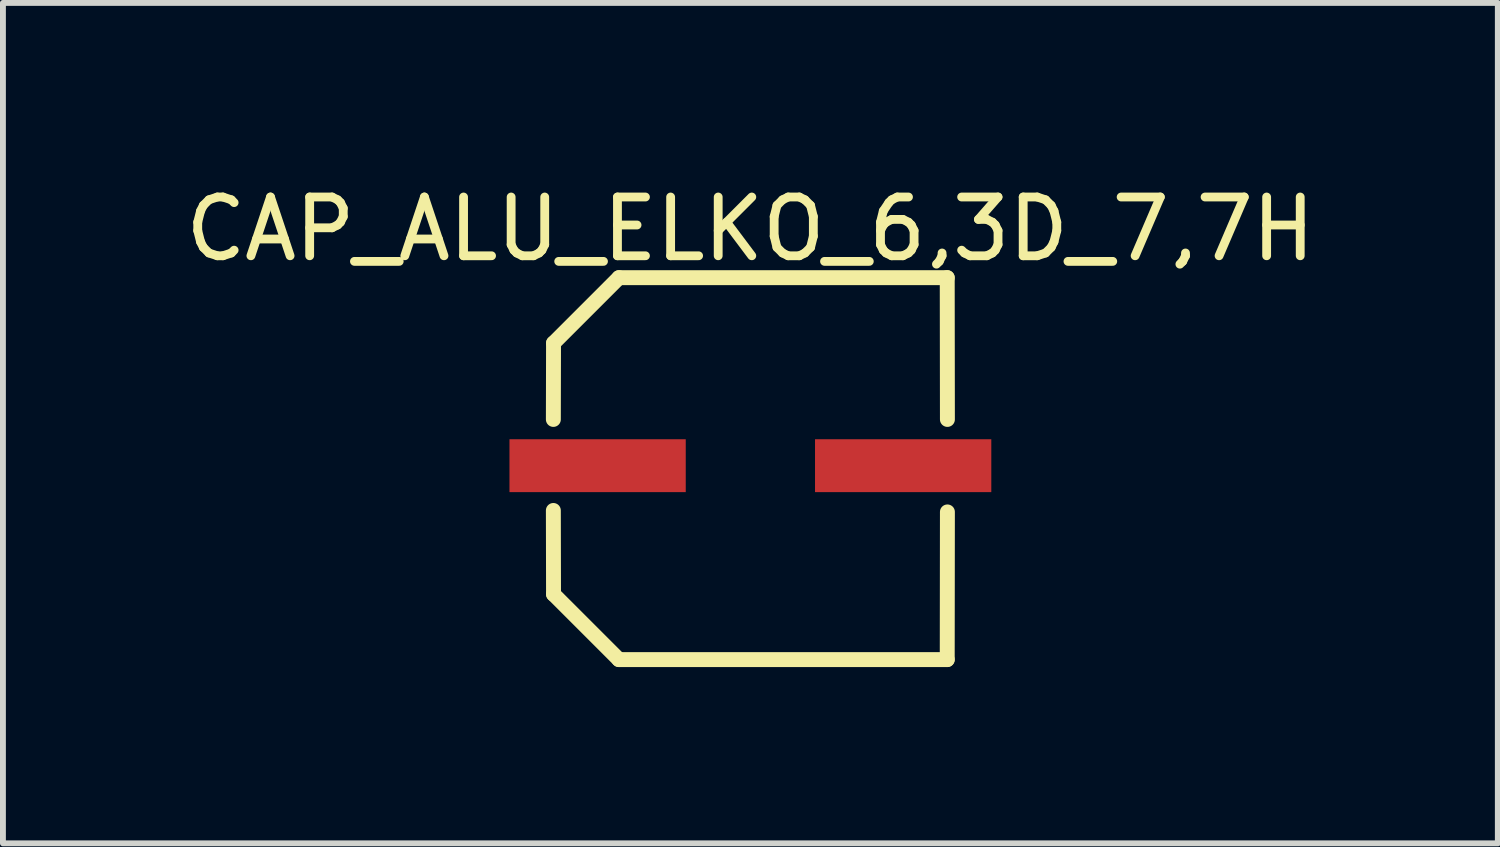
<source format=kicad_pcb>
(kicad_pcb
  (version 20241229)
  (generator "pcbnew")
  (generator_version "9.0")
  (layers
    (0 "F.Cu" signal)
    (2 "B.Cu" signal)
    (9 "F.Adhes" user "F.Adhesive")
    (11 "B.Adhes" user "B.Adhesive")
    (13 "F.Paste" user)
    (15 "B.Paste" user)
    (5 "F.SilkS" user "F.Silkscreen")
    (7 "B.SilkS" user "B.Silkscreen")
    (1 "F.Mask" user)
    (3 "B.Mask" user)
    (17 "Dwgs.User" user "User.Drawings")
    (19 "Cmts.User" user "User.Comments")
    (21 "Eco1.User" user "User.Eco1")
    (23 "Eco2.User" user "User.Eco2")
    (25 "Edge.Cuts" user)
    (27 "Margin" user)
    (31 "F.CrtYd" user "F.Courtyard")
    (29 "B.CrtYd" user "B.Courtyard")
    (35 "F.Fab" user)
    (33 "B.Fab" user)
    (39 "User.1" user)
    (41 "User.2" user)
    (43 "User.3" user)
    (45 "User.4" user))
  (footprint "CAP_ALU_ELKO_6,3D_7,7H"
    (layer "F.Cu")
    (at 9.72 4.875)
    (property "Reference" "CAP_ALU_ELKO_6,3D_7,7H" (at 0 -4.027 0) (layer "F.SilkS") (effects (font (size 1 1) (thickness 0.15))))
    (fp_line (start -3.353 -0.787) (end -3.35 -2.086) (stroke (width 0.254) (type solid)) (layer "F.SilkS"))
    (fp_line (start -3.353 0.762) (end -3.35 2.187) (stroke (width 0.254) (type solid)) (layer "F.SilkS"))
    (fp_line (start -3.35 -2.086) (end -2.236 -3.2) (stroke (width 0.254) (type solid)) (layer "F.SilkS"))
    (fp_line (start -3.35 2.187) (end -2.237 3.3) (stroke (width 0.254) (type solid)) (layer "F.SilkS"))
    (fp_line (start -2.237 3.3) (end 3.35 3.3) (stroke (width 0.254) (type solid)) (layer "F.SilkS"))
    (fp_line (start -2.236 -3.2) (end 3.35 -3.2) (stroke (width 0.254) (type solid)) (layer "F.SilkS"))
    (fp_line (start 3.35 -3.2) (end 3.353 -0.787) (stroke (width 0.254) (type solid)) (layer "F.SilkS"))
    (fp_line (start 3.35 3.3) (end 3.353 0.787) (stroke (width 0.254) (type solid)) (layer "F.SilkS"))
    (pad "N" smd rect (at 2.6 0) (size 3 0.9) (layers "F.Cu" "F.Mask" "F.Paste"))
    (pad "P" smd rect (at -2.6 0) (size 3 0.9) (layers "F.Cu" "F.Mask" "F.Paste")))
  (gr_rect
    (start -3 -3)
    (end 22.44 11.302)
    (stroke (width 0.1) (type default))
    (fill no)
    (layer "Edge.Cuts")))
</source>
